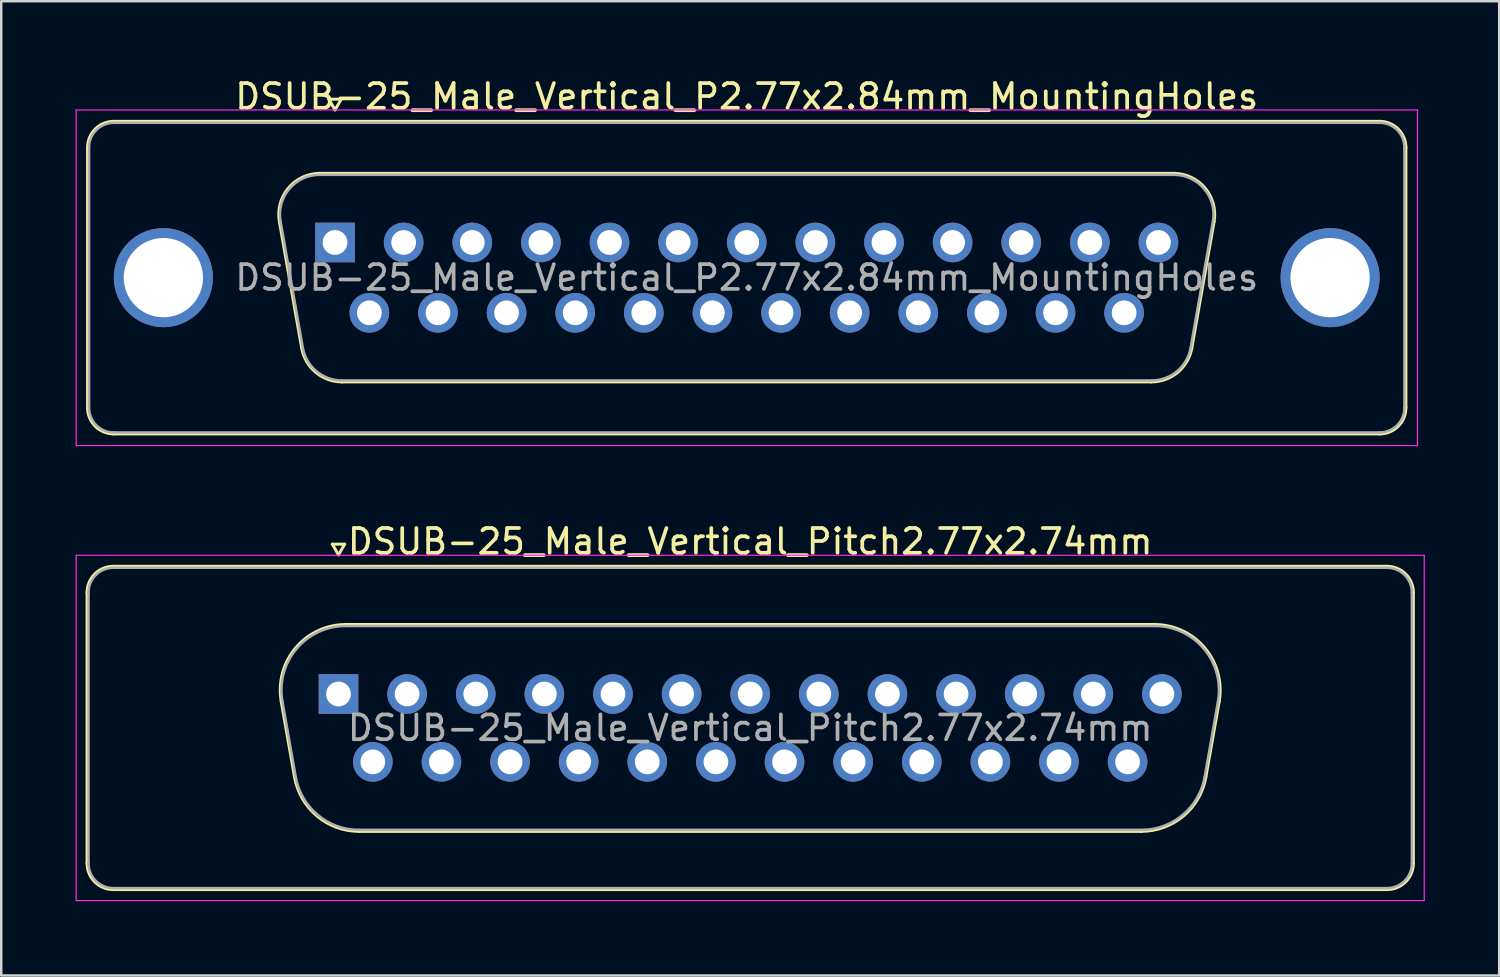
<source format=kicad_pcb>
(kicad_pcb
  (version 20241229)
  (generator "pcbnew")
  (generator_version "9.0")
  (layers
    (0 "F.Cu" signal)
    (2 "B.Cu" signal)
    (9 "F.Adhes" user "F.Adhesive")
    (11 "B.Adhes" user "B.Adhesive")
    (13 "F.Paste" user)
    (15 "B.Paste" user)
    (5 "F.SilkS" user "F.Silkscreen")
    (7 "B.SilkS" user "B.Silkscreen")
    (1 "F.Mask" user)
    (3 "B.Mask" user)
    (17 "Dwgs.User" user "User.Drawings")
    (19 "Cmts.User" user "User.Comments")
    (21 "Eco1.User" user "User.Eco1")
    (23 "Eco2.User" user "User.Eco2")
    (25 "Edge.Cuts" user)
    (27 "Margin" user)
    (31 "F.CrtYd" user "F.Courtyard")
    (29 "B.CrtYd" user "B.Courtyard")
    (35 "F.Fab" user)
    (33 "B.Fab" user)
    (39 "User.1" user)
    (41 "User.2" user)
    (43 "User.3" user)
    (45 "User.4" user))
  (footprint "DSUB-25_Male_Vertical_Pitch2.77x2.74mm"
    (layer "F.Cu")
    (at 10.615 24.966)
    (property "Reference" "DSUB-25_Male_Vertical_Pitch2.77x2.74mm" (at 16.62 -6.155 0) (layer "F.SilkS") (effects (font (size 1 1) (thickness 0.15))))
    (attr through_hole)
    (fp_line (start -10.15 6.835) (end -10.15 -4.095) (stroke (width 0.12) (type solid)) (layer "F.SilkS"))
    (fp_line (start -9.09 -5.155) (end 42.33 -5.155) (stroke (width 0.12) (type solid)) (layer "F.SilkS"))
    (fp_line (start -2.312 0.305) (end -1.774 3.355) (stroke (width 0.12) (type solid)) (layer "F.SilkS"))
    (fp_line (start -0.25 -6.049) (end 0.25 -6.049) (stroke (width 0.12) (type solid)) (layer "F.SilkS"))
    (fp_line (start 0 -5.616) (end -0.25 -6.049) (stroke (width 0.12) (type solid)) (layer "F.SilkS"))
    (fp_line (start 0.25 -6.049) (end 0 -5.616) (stroke (width 0.12) (type solid)) (layer "F.SilkS"))
    (fp_line (start 0.298 -2.805) (end 32.942 -2.805) (stroke (width 0.12) (type solid)) (layer "F.SilkS"))
    (fp_line (start 0.836 5.545) (end 32.404 5.545) (stroke (width 0.12) (type solid)) (layer "F.SilkS"))
    (fp_line (start 35.552 0.305) (end 35.014 3.355) (stroke (width 0.12) (type solid)) (layer "F.SilkS"))
    (fp_line (start 42.33 7.895) (end -9.09 7.895) (stroke (width 0.12) (type solid)) (layer "F.SilkS"))
    (fp_line (start 43.39 -4.095) (end 43.39 6.835) (stroke (width 0.12) (type solid)) (layer "F.SilkS"))
    (fp_arc (start -10.15 -4.095) (mid -9.839533 -4.844533) (end -9.09 -5.155) (stroke (width 0.12) (type solid)) (layer "F.SilkS"))
    (fp_arc (start -9.09 7.895) (mid -9.839533 7.584533) (end -10.15 6.835) (stroke (width 0.12) (type solid)) (layer "F.SilkS"))
    (fp_arc (start -2.311594 0.305168) (mid -1.731871 -1.858387) (end 0.298147 -2.805) (stroke (width 0.12) (type solid)) (layer "F.SilkS"))
    (fp_arc (start 0.835944 5.545) (mid -0.867443 4.925018) (end -1.773797 3.355168) (stroke (width 0.12) (type solid)) (layer "F.SilkS"))
    (fp_arc (start 32.941853 -2.805) (mid 34.971871 -1.858387) (end 35.551594 0.305168) (stroke (width 0.12) (type solid)) (layer "F.SilkS"))
    (fp_arc (start 35.013797 3.355168) (mid 34.107443 4.925018) (end 32.404056 5.545) (stroke (width 0.12) (type solid)) (layer "F.SilkS"))
    (fp_arc (start 42.33 -5.155) (mid 43.079533 -4.844533) (end 43.39 -4.095) (stroke (width 0.12) (type solid)) (layer "F.SilkS"))
    (fp_arc (start 43.39 6.835) (mid 43.079533 7.584533) (end 42.33 7.895) (stroke (width 0.12) (type solid)) (layer "F.SilkS"))
    (fp_line (start -10.59 -5.6) (end -10.59 8.34) (stroke (width 0.05) (type solid)) (layer "F.CrtYd"))
    (fp_line (start -10.59 8.34) (end 43.83 8.34) (stroke (width 0.05) (type solid)) (layer "F.CrtYd"))
    (fp_line (start 43.83 -5.6) (end -10.59 -5.6) (stroke (width 0.05) (type solid)) (layer "F.CrtYd"))
    (fp_line (start 43.83 8.34) (end 43.83 -5.6) (stroke (width 0.05) (type solid)) (layer "F.CrtYd"))
    (fp_line (start -10.09 6.835) (end -10.09 -4.095) (stroke (width 0.1) (type solid)) (layer "F.Fab"))
    (fp_line (start -9.09 -5.095) (end 42.33 -5.095) (stroke (width 0.1) (type solid)) (layer "F.Fab"))
    (fp_line (start -2.264 0.295) (end -1.726 3.345) (stroke (width 0.1) (type solid)) (layer "F.Fab"))
    (fp_line (start 0.287 -2.745) (end 32.953 -2.745) (stroke (width 0.1) (type solid)) (layer "F.Fab"))
    (fp_line (start 0.824 5.485) (end 32.416 5.485) (stroke (width 0.1) (type solid)) (layer "F.Fab"))
    (fp_line (start 35.504 0.295) (end 34.966 3.345) (stroke (width 0.1) (type solid)) (layer "F.Fab"))
    (fp_line (start 42.33 7.835) (end -9.09 7.835) (stroke (width 0.1) (type solid)) (layer "F.Fab"))
    (fp_line (start 43.33 -4.095) (end 43.33 6.835) (stroke (width 0.1) (type solid)) (layer "F.Fab"))
    (fp_arc (start -10.09 -4.095) (mid -9.797107 -4.802107) (end -9.09 -5.095) (stroke (width 0.1) (type solid)) (layer "F.Fab"))
    (fp_arc (start -9.09 7.835) (mid -9.797107 7.542107) (end -10.09 6.835) (stroke (width 0.1) (type solid)) (layer "F.Fab"))
    (fp_arc (start -2.26401 0.294749) (mid -1.697413 -1.81982) (end 0.286642 -2.745) (stroke (width 0.1) (type solid)) (layer "F.Fab"))
    (fp_arc (start 0.824439 5.485) (mid -0.840381 4.879055) (end -1.726213 3.344749) (stroke (width 0.1) (type solid)) (layer "F.Fab"))
    (fp_arc (start 32.953358 -2.745) (mid 34.937413 -1.81982) (end 35.50401 0.294749) (stroke (width 0.1) (type solid)) (layer "F.Fab"))
    (fp_arc (start 34.966213 3.344749) (mid 34.080381 4.879055) (end 32.415561 5.485) (stroke (width 0.1) (type solid)) (layer "F.Fab"))
    (fp_arc (start 42.33 -5.095) (mid 43.037107 -4.802107) (end 43.33 -4.095) (stroke (width 0.1) (type solid)) (layer "F.Fab"))
    (fp_arc (start 43.33 6.835) (mid 43.037107 7.542107) (end 42.33 7.835) (stroke (width 0.1) (type solid)) (layer "F.Fab"))
    (fp_text user "${REFERENCE}" (at 16.62 1.37 0) (layer "F.Fab") (effects (font (size 1 1) (thickness 0.15))))
    (pad "1" thru_hole rect (at 0 0) (size 1.6 1.6) (drill 1) (layers "*.Cu" "*.Mask"))
    (pad "2" thru_hole circle (at 2.77 0) (size 1.6 1.6) (drill 1) (layers "*.Cu" "*.Mask"))
    (pad "3" thru_hole circle (at 5.54 0) (size 1.6 1.6) (drill 1) (layers "*.Cu" "*.Mask"))
    (pad "4" thru_hole circle (at 8.31 0) (size 1.6 1.6) (drill 1) (layers "*.Cu" "*.Mask"))
    (pad "5" thru_hole circle (at 11.08 0) (size 1.6 1.6) (drill 1) (layers "*.Cu" "*.Mask"))
    (pad "6" thru_hole circle (at 13.85 0) (size 1.6 1.6) (drill 1) (layers "*.Cu" "*.Mask"))
    (pad "7" thru_hole circle (at 16.62 0) (size 1.6 1.6) (drill 1) (layers "*.Cu" "*.Mask"))
    (pad "8" thru_hole circle (at 19.39 0) (size 1.6 1.6) (drill 1) (layers "*.Cu" "*.Mask"))
    (pad "9" thru_hole circle (at 22.16 0) (size 1.6 1.6) (drill 1) (layers "*.Cu" "*.Mask"))
    (pad "10" thru_hole circle (at 24.93 0) (size 1.6 1.6) (drill 1) (layers "*.Cu" "*.Mask"))
    (pad "11" thru_hole circle (at 27.7 0) (size 1.6 1.6) (drill 1) (layers "*.Cu" "*.Mask"))
    (pad "12" thru_hole circle (at 30.47 0) (size 1.6 1.6) (drill 1) (layers "*.Cu" "*.Mask"))
    (pad "13" thru_hole circle (at 33.24 0) (size 1.6 1.6) (drill 1) (layers "*.Cu" "*.Mask"))
    (pad "14" thru_hole circle (at 1.385 2.74) (size 1.6 1.6) (drill 1) (layers "*.Cu" "*.Mask"))
    (pad "15" thru_hole circle (at 4.155 2.74) (size 1.6 1.6) (drill 1) (layers "*.Cu" "*.Mask"))
    (pad "16" thru_hole circle (at 6.925 2.74) (size 1.6 1.6) (drill 1) (layers "*.Cu" "*.Mask"))
    (pad "17" thru_hole circle (at 9.695 2.74) (size 1.6 1.6) (drill 1) (layers "*.Cu" "*.Mask"))
    (pad "18" thru_hole circle (at 12.465 2.74) (size 1.6 1.6) (drill 1) (layers "*.Cu" "*.Mask"))
    (pad "19" thru_hole circle (at 15.235 2.74) (size 1.6 1.6) (drill 1) (layers "*.Cu" "*.Mask"))
    (pad "20" thru_hole circle (at 18.005 2.74) (size 1.6 1.6) (drill 1) (layers "*.Cu" "*.Mask"))
    (pad "21" thru_hole circle (at 20.775 2.74) (size 1.6 1.6) (drill 1) (layers "*.Cu" "*.Mask"))
    (pad "22" thru_hole circle (at 23.545 2.74) (size 1.6 1.6) (drill 1) (layers "*.Cu" "*.Mask"))
    (pad "23" thru_hole circle (at 26.315 2.74) (size 1.6 1.6) (drill 1) (layers "*.Cu" "*.Mask"))
    (pad "24" thru_hole circle (at 29.085 2.74) (size 1.6 1.6) (drill 1) (layers "*.Cu" "*.Mask"))
    (pad "25" thru_hole circle (at 31.855 2.74) (size 1.6 1.6) (drill 1) (layers "*.Cu" "*.Mask")))
  (footprint "DSUB-25_Male_Vertical_P2.77x2.84mm_MountingHoles"
    (layer "F.Cu")
    (at 10.475 6.738)
    (property "Reference" "DSUB-25_Male_Vertical_P2.77x2.84mm_MountingHoles" (at 16.62 -5.89 0) (layer "F.SilkS") (effects (font (size 1 1) (thickness 0.15))))
    (attr through_hole)
    (fp_line (start -9.99 6.67) (end -9.99 -3.83) (stroke (width 0.12) (type solid)) (layer "F.SilkS"))
    (fp_line (start -8.93 -4.89) (end 42.17 -4.89) (stroke (width 0.12) (type solid)) (layer "F.SilkS"))
    (fp_line (start -2.246 -0.842) (end -1.347 4.258) (stroke (width 0.12) (type solid)) (layer "F.SilkS"))
    (fp_line (start -0.612 -2.79) (end 33.852 -2.79) (stroke (width 0.12) (type solid)) (layer "F.SilkS"))
    (fp_line (start -0.25 -5.784) (end 0.25 -5.784) (stroke (width 0.12) (type solid)) (layer "F.SilkS"))
    (fp_line (start 0 -5.351) (end -0.25 -5.784) (stroke (width 0.12) (type solid)) (layer "F.SilkS"))
    (fp_line (start 0.25 -5.784) (end 0 -5.351) (stroke (width 0.12) (type solid)) (layer "F.SilkS"))
    (fp_line (start 0.288 5.63) (end 32.952 5.63) (stroke (width 0.12) (type solid)) (layer "F.SilkS"))
    (fp_line (start 35.486 -0.842) (end 34.587 4.258) (stroke (width 0.12) (type solid)) (layer "F.SilkS"))
    (fp_line (start 42.17 7.73) (end -8.93 7.73) (stroke (width 0.12) (type solid)) (layer "F.SilkS"))
    (fp_line (start 43.23 -3.83) (end 43.23 6.67) (stroke (width 0.12) (type solid)) (layer "F.SilkS"))
    (fp_arc (start -9.99 -3.83) (mid -9.679533 -4.579533) (end -8.93 -4.89) (stroke (width 0.12) (type solid)) (layer "F.SilkS"))
    (fp_arc (start -8.93 7.73) (mid -9.679533 7.419533) (end -9.99 6.67) (stroke (width 0.12) (type solid)) (layer "F.SilkS"))
    (fp_arc (start -2.24647 -0.841744) (mid -1.883323 -2.197028) (end -0.611689 -2.79) (stroke (width 0.12) (type solid)) (layer "F.SilkS"))
    (fp_arc (start 0.287579 5.63) (mid -0.779448 5.241634) (end -1.347202 4.258256) (stroke (width 0.12) (type solid)) (layer "F.SilkS"))
    (fp_arc (start 33.851689 -2.79) (mid 35.123323 -2.197027) (end 35.48647 -0.841744) (stroke (width 0.12) (type solid)) (layer "F.SilkS"))
    (fp_arc (start 34.587202 4.258256) (mid 34.019449 5.241634) (end 32.952421 5.63) (stroke (width 0.12) (type solid)) (layer "F.SilkS"))
    (fp_arc (start 42.17 -4.89) (mid 42.919533 -4.579533) (end 43.23 -3.83) (stroke (width 0.12) (type solid)) (layer "F.SilkS"))
    (fp_arc (start 43.23 6.67) (mid 42.919533 7.419533) (end 42.17 7.73) (stroke (width 0.12) (type solid)) (layer "F.SilkS"))
    (fp_line (start -10.45 -5.35) (end -10.45 8.2) (stroke (width 0.05) (type solid)) (layer "F.CrtYd"))
    (fp_line (start -10.45 8.2) (end 43.7 8.2) (stroke (width 0.05) (type solid)) (layer "F.CrtYd"))
    (fp_line (start 43.7 -5.35) (end -10.45 -5.35) (stroke (width 0.05) (type solid)) (layer "F.CrtYd"))
    (fp_line (start 43.7 8.2) (end 43.7 -5.35) (stroke (width 0.05) (type solid)) (layer "F.CrtYd"))
    (fp_line (start -9.93 6.67) (end -9.93 -3.83) (stroke (width 0.1) (type solid)) (layer "F.Fab"))
    (fp_line (start -8.93 -4.83) (end 42.17 -4.83) (stroke (width 0.1) (type solid)) (layer "F.Fab"))
    (fp_line (start -2.199 -0.852) (end -1.3 4.248) (stroke (width 0.1) (type solid)) (layer "F.Fab"))
    (fp_line (start -0.623 -2.73) (end 33.863 -2.73) (stroke (width 0.1) (type solid)) (layer "F.Fab"))
    (fp_line (start 0.276 5.57) (end 32.964 5.57) (stroke (width 0.1) (type solid)) (layer "F.Fab"))
    (fp_line (start 35.439 -0.852) (end 34.54 4.248) (stroke (width 0.1) (type solid)) (layer "F.Fab"))
    (fp_line (start 42.17 7.67) (end -8.93 7.67) (stroke (width 0.1) (type solid)) (layer "F.Fab"))
    (fp_line (start 43.17 -3.83) (end 43.17 6.67) (stroke (width 0.1) (type solid)) (layer "F.Fab"))
    (fp_arc (start -9.93 -3.83) (mid -9.637107 -4.537107) (end -8.93 -4.83) (stroke (width 0.1) (type solid)) (layer "F.Fab"))
    (fp_arc (start -8.93 7.67) (mid -9.637107 7.377107) (end -9.93 6.67) (stroke (width 0.1) (type solid)) (layer "F.Fab"))
    (fp_arc (start -2.198886 -0.852163) (mid -1.848865 -2.15846) (end -0.623194 -2.73) (stroke (width 0.1) (type solid)) (layer "F.Fab"))
    (fp_arc (start 0.276073 5.57) (mid -0.752387 5.195671) (end -1.299619 4.247837) (stroke (width 0.1) (type solid)) (layer "F.Fab"))
    (fp_arc (start 33.863194 -2.73) (mid 35.088865 -2.15846) (end 35.438886 -0.852163) (stroke (width 0.1) (type solid)) (layer "F.Fab"))
    (fp_arc (start 34.539619 4.247837) (mid 33.992387 5.195671) (end 32.963927 5.57) (stroke (width 0.1) (type solid)) (layer "F.Fab"))
    (fp_arc (start 42.17 -4.83) (mid 42.877107 -4.537107) (end 43.17 -3.83) (stroke (width 0.1) (type solid)) (layer "F.Fab"))
    (fp_arc (start 43.17 6.67) (mid 42.877107 7.377107) (end 42.17 7.67) (stroke (width 0.1) (type solid)) (layer "F.Fab"))
    (fp_text user "${REFERENCE}" (at 16.62 1.42 0) (layer "F.Fab") (effects (font (size 1 1) (thickness 0.15))))
    (pad "0" thru_hole circle (at -6.93 1.42) (size 4 4) (drill 3.2) (layers "*.Cu" "*.Mask"))
    (pad "0" thru_hole circle (at 40.17 1.42) (size 4 4) (drill 3.2) (layers "*.Cu" "*.Mask"))
    (pad "1" thru_hole rect (at 0 0) (size 1.6 1.6) (drill 1) (layers "*.Cu" "*.Mask"))
    (pad "2" thru_hole circle (at 2.77 0) (size 1.6 1.6) (drill 1) (layers "*.Cu" "*.Mask"))
    (pad "3" thru_hole circle (at 5.54 0) (size 1.6 1.6) (drill 1) (layers "*.Cu" "*.Mask"))
    (pad "4" thru_hole circle (at 8.31 0) (size 1.6 1.6) (drill 1) (layers "*.Cu" "*.Mask"))
    (pad "5" thru_hole circle (at 11.08 0) (size 1.6 1.6) (drill 1) (layers "*.Cu" "*.Mask"))
    (pad "6" thru_hole circle (at 13.85 0) (size 1.6 1.6) (drill 1) (layers "*.Cu" "*.Mask"))
    (pad "7" thru_hole circle (at 16.62 0) (size 1.6 1.6) (drill 1) (layers "*.Cu" "*.Mask"))
    (pad "8" thru_hole circle (at 19.39 0) (size 1.6 1.6) (drill 1) (layers "*.Cu" "*.Mask"))
    (pad "9" thru_hole circle (at 22.16 0) (size 1.6 1.6) (drill 1) (layers "*.Cu" "*.Mask"))
    (pad "10" thru_hole circle (at 24.93 0) (size 1.6 1.6) (drill 1) (layers "*.Cu" "*.Mask"))
    (pad "11" thru_hole circle (at 27.7 0) (size 1.6 1.6) (drill 1) (layers "*.Cu" "*.Mask"))
    (pad "12" thru_hole circle (at 30.47 0) (size 1.6 1.6) (drill 1) (layers "*.Cu" "*.Mask"))
    (pad "13" thru_hole circle (at 33.24 0) (size 1.6 1.6) (drill 1) (layers "*.Cu" "*.Mask"))
    (pad "14" thru_hole circle (at 1.385 2.84) (size 1.6 1.6) (drill 1) (layers "*.Cu" "*.Mask"))
    (pad "15" thru_hole circle (at 4.155 2.84) (size 1.6 1.6) (drill 1) (layers "*.Cu" "*.Mask"))
    (pad "16" thru_hole circle (at 6.925 2.84) (size 1.6 1.6) (drill 1) (layers "*.Cu" "*.Mask"))
    (pad "17" thru_hole circle (at 9.695 2.84) (size 1.6 1.6) (drill 1) (layers "*.Cu" "*.Mask"))
    (pad "18" thru_hole circle (at 12.465 2.84) (size 1.6 1.6) (drill 1) (layers "*.Cu" "*.Mask"))
    (pad "19" thru_hole circle (at 15.235 2.84) (size 1.6 1.6) (drill 1) (layers "*.Cu" "*.Mask"))
    (pad "20" thru_hole circle (at 18.005 2.84) (size 1.6 1.6) (drill 1) (layers "*.Cu" "*.Mask"))
    (pad "21" thru_hole circle (at 20.775 2.84) (size 1.6 1.6) (drill 1) (layers "*.Cu" "*.Mask"))
    (pad "22" thru_hole circle (at 23.545 2.84) (size 1.6 1.6) (drill 1) (layers "*.Cu" "*.Mask"))
    (pad "23" thru_hole circle (at 26.315 2.84) (size 1.6 1.6) (drill 1) (layers "*.Cu" "*.Mask"))
    (pad "24" thru_hole circle (at 29.085 2.84) (size 1.6 1.6) (drill 1) (layers "*.Cu" "*.Mask"))
    (pad "25" thru_hole circle (at 31.855 2.84) (size 1.6 1.6) (drill 1) (layers "*.Cu" "*.Mask")))
  (gr_rect
    (start -3 -3)
    (end 57.47 36.331)
    (stroke (width 0.1) (type default))
    (fill no)
    (layer "Edge.Cuts")))
</source>
